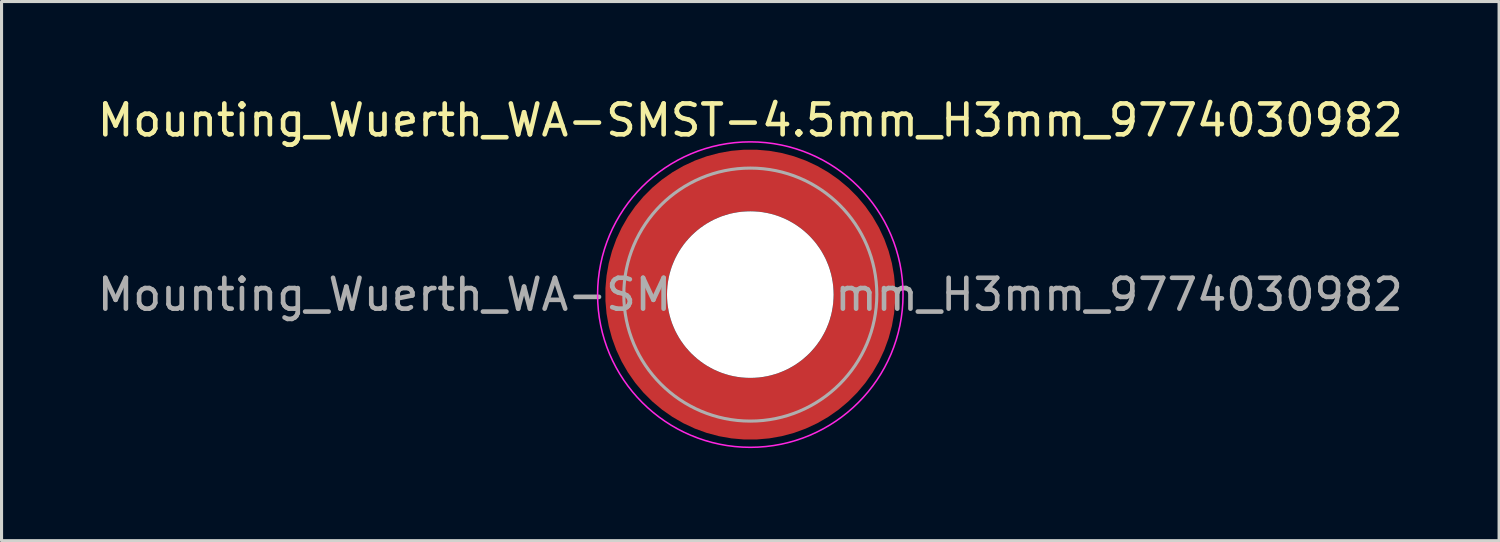
<source format=kicad_pcb>
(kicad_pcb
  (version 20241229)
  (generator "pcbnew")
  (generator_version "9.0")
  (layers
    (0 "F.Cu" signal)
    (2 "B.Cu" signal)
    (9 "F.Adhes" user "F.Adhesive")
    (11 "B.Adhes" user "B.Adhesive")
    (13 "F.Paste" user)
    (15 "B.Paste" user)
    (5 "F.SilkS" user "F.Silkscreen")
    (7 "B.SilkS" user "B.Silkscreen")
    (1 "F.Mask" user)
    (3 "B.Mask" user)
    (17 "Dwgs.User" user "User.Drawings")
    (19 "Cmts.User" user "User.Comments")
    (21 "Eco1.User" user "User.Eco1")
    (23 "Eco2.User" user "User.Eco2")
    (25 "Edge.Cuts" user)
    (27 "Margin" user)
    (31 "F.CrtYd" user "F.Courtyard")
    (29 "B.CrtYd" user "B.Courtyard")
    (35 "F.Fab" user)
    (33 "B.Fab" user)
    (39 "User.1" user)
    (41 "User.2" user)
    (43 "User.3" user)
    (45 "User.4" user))
  (footprint "Mounting_Wuerth_WA-SMST-4.5mm_H3mm_9774030982"
    (layer "F.Cu")
    (at 21.268 6.498)
    (property "Reference" "Mounting_Wuerth_WA-SMST-4.5mm_H3mm_9774030982" (at 0 -5.65 0) (layer "F.SilkS") (effects (font (size 1 1) (thickness 0.15))))
    (attr smd)
    (fp_circle (center 0 0) (end 4.95 0) (stroke (width 0.05) (type solid)) (fill no) (layer "F.CrtYd"))
    (fp_circle (center 0 0) (end 4.1 0) (stroke (width 0.1) (type solid)) (fill no) (layer "F.Fab"))
    (fp_text user "${REFERENCE}" (at 0 0 0) (layer "F.Fab") (effects (font (size 1 1) (thickness 0.15))))
    (pad "" smd custom (at -2.607 -2.607) (size 1.495 1.495) (layers "F.Paste") (options (anchor circle)) (primitives (gr_arc (start -0.188183 2.107456) (mid 0.599273 0.599273) (end 2.107456 -0.188183) (width 0.2)) (gr_arc (start -0.289416 2.107456) (mid 0.52877 0.52877) (end 2.107456 -0.289416) (width 0.2)) (gr_arc (start -0.390547 2.107456) (mid 0.458268 0.458268) (end 2.107456 -0.390547) (width 0.2)) (gr_arc (start -0.491585 2.107456) (mid 0.387765 0.387765) (end 2.107456 -0.491585) (width 0.2)) (gr_arc (start -0.59254 2.107456) (mid 0.317262 0.317262) (end 2.107456 -0.59254) (width 0.2)) (gr_arc (start -0.693419 2.107456) (mid 0.24676 0.24676) (end 2.107456 -0.693419) (width 0.2)) (gr_arc (start -0.794229 2.107456) (mid 0.176257 0.176257) (end 2.107456 -0.794229) (width 0.2)) (gr_arc (start -0.894975 2.107456) (mid 0.105754 0.105754) (end 2.107456 -0.894975) (width 0.2)) (gr_arc (start -0.995664 2.107456) (mid 0.035251 0.035251) (end 2.107456 -0.995664) (width 0.2)) (gr_arc (start -1.0963 2.107456) (mid -0.035252 -0.035252) (end 2.107456 -1.0963) (width 0.2)) (gr_arc (start -1.196886 2.107456) (mid -0.105754 -0.105754) (end 2.107456 -1.196886) (width 0.2)) (gr_arc (start -1.297427 2.107456) (mid -0.176257 -0.176257) (end 2.107456 -1.297427) (width 0.2)) (gr_arc (start -1.397927 2.107456) (mid -0.24676 -0.24676) (end 2.107456 -1.397927) (width 0.2)) (gr_arc (start -1.498388 2.107456) (mid -0.317262 -0.317262) (end 2.107456 -1.498388) (width 0.2)) (gr_arc (start -1.598813 2.107456) (mid -0.387765 -0.387765) (end 2.107456 -1.598813) (width 0.2)) (gr_arc (start -1.699204 2.107456) (mid -0.458267 -0.458267) (end 2.107456 -1.699204) (width 0.2)) (gr_arc (start -1.799565 2.107456) (mid -0.528771 -0.528771) (end 2.107456 -1.799565) (width 0.2)) (gr_arc (start -1.899896 2.107456) (mid -0.599273 -0.599273) (end 2.107456 -1.899896) (width 0.2)) (gr_arc (start -1.899896 2.107456) (mid -0.599273 -0.599273) (end 2.107456 -1.899896) (width 0.2)) (gr_line (start 2.107 -0.188) (end 2.107 -1.9) (width 0.2)) (gr_line (start -0.188 2.107) (end -1.9 2.107) (width 0.2))))
    (pad "" smd custom (at -2.607 2.607) (size 1.495 1.495) (layers "F.Paste") (options (anchor circle)) (primitives (gr_arc (start 2.107456 0.188183) (mid 0.599273 -0.599273) (end -0.188183 -2.107456) (width 0.2)) (gr_arc (start 2.107456 0.289416) (mid 0.52877 -0.52877) (end -0.289416 -2.107456) (width 0.2)) (gr_arc (start 2.107456 0.390547) (mid 0.458268 -0.458268) (end -0.390547 -2.107456) (width 0.2)) (gr_arc (start 2.107456 0.491585) (mid 0.387765 -0.387765) (end -0.491585 -2.107456) (width 0.2)) (gr_arc (start 2.107456 0.59254) (mid 0.317262 -0.317262) (end -0.59254 -2.107456) (width 0.2)) (gr_arc (start 2.107456 0.693419) (mid 0.24676 -0.24676) (end -0.693419 -2.107456) (width 0.2)) (gr_arc (start 2.107456 0.794229) (mid 0.176257 -0.176257) (end -0.794229 -2.107456) (width 0.2)) (gr_arc (start 2.107456 0.894975) (mid 0.105754 -0.105754) (end -0.894975 -2.107456) (width 0.2)) (gr_arc (start 2.107456 0.995664) (mid 0.035251 -0.035251) (end -0.995664 -2.107456) (width 0.2)) (gr_arc (start 2.107456 1.0963) (mid -0.035252 0.035252) (end -1.0963 -2.107456) (width 0.2)) (gr_arc (start 2.107456 1.196886) (mid -0.105754 0.105754) (end -1.196886 -2.107456) (width 0.2)) (gr_arc (start 2.107456 1.297427) (mid -0.176257 0.176257) (end -1.297427 -2.107456) (width 0.2)) (gr_arc (start 2.107456 1.397927) (mid -0.24676 0.24676) (end -1.397927 -2.107456) (width 0.2)) (gr_arc (start 2.107456 1.498388) (mid -0.317262 0.317262) (end -1.498388 -2.107456) (width 0.2)) (gr_arc (start 2.107456 1.598813) (mid -0.387765 0.387765) (end -1.598813 -2.107456) (width 0.2)) (gr_arc (start 2.107456 1.699204) (mid -0.458267 0.458267) (end -1.699204 -2.107456) (width 0.2)) (gr_arc (start 2.107456 1.799565) (mid -0.528771 0.528771) (end -1.799565 -2.107456) (width 0.2)) (gr_arc (start 2.107456 1.899896) (mid -0.599273 0.599273) (end -1.899896 -2.107456) (width 0.2)) (gr_arc (start 2.107456 1.899896) (mid -0.599273 0.599273) (end -1.899896 -2.107456) (width 0.2)) (gr_line (start -0.188 -2.107) (end -1.9 -2.107) (width 0.2)) (gr_line (start 2.107 0.188) (end 2.107 1.9) (width 0.2))))
    (pad "" np_thru_hole circle (at 0 0) (size 5.4 5.4) (drill 5.4) (layers "*.Cu" "*.Mask"))
    (pad "" smd custom (at 2.607 -2.607) (size 1.495 1.495) (layers "F.Paste") (options (anchor circle)) (primitives (gr_arc (start -2.107456 -0.188183) (mid -0.599273 0.599273) (end 0.188183 2.107456) (width 0.2)) (gr_arc (start -2.107456 -0.289416) (mid -0.52877 0.52877) (end 0.289416 2.107456) (width 0.2)) (gr_arc (start -2.107456 -0.390547) (mid -0.458268 0.458268) (end 0.390547 2.107456) (width 0.2)) (gr_arc (start -2.107456 -0.491585) (mid -0.387765 0.387765) (end 0.491585 2.107456) (width 0.2)) (gr_arc (start -2.107456 -0.59254) (mid -0.317262 0.317262) (end 0.59254 2.107456) (width 0.2)) (gr_arc (start -2.107456 -0.693419) (mid -0.24676 0.24676) (end 0.693419 2.107456) (width 0.2)) (gr_arc (start -2.107456 -0.794229) (mid -0.176257 0.176257) (end 0.794229 2.107456) (width 0.2)) (gr_arc (start -2.107456 -0.894975) (mid -0.105754 0.105754) (end 0.894975 2.107456) (width 0.2)) (gr_arc (start -2.107456 -0.995664) (mid -0.035251 0.035251) (end 0.995664 2.107456) (width 0.2)) (gr_arc (start -2.107456 -1.0963) (mid 0.035252 -0.035252) (end 1.0963 2.107456) (width 0.2)) (gr_arc (start -2.107456 -1.196886) (mid 0.105754 -0.105754) (end 1.196886 2.107456) (width 0.2)) (gr_arc (start -2.107456 -1.297427) (mid 0.176257 -0.176257) (end 1.297427 2.107456) (width 0.2)) (gr_arc (start -2.107456 -1.397927) (mid 0.24676 -0.24676) (end 1.397927 2.107456) (width 0.2)) (gr_arc (start -2.107456 -1.498388) (mid 0.317262 -0.317262) (end 1.498388 2.107456) (width 0.2)) (gr_arc (start -2.107456 -1.598813) (mid 0.387765 -0.387765) (end 1.598813 2.107456) (width 0.2)) (gr_arc (start -2.107456 -1.699204) (mid 0.458267 -0.458267) (end 1.699204 2.107456) (width 0.2)) (gr_arc (start -2.107456 -1.799565) (mid 0.528771 -0.528771) (end 1.799565 2.107456) (width 0.2)) (gr_arc (start -2.107456 -1.899896) (mid 0.599273 -0.599273) (end 1.899896 2.107456) (width 0.2)) (gr_arc (start -2.107456 -1.899896) (mid 0.599273 -0.599273) (end 1.899896 2.107456) (width 0.2)) (gr_line (start 0.188 2.107) (end 1.9 2.107) (width 0.2)) (gr_line (start -2.107 -0.188) (end -2.107 -1.9) (width 0.2))))
    (pad "" smd custom (at 2.607 2.607) (size 1.495 1.495) (layers "F.Paste") (options (anchor circle)) (primitives (gr_arc (start 0.188183 -2.107456) (mid -0.599273 -0.599273) (end -2.107456 0.188183) (width 0.2)) (gr_arc (start 0.289416 -2.107456) (mid -0.52877 -0.52877) (end -2.107456 0.289416) (width 0.2)) (gr_arc (start 0.390547 -2.107456) (mid -0.458268 -0.458268) (end -2.107456 0.390547) (width 0.2)) (gr_arc (start 0.491585 -2.107456) (mid -0.387765 -0.387765) (end -2.107456 0.491585) (width 0.2)) (gr_arc (start 0.59254 -2.107456) (mid -0.317262 -0.317262) (end -2.107456 0.59254) (width 0.2)) (gr_arc (start 0.693419 -2.107456) (mid -0.24676 -0.24676) (end -2.107456 0.693419) (width 0.2)) (gr_arc (start 0.794229 -2.107456) (mid -0.176257 -0.176257) (end -2.107456 0.794229) (width 0.2)) (gr_arc (start 0.894975 -2.107456) (mid -0.105754 -0.105754) (end -2.107456 0.894975) (width 0.2)) (gr_arc (start 0.995664 -2.107456) (mid -0.035251 -0.035251) (end -2.107456 0.995664) (width 0.2)) (gr_arc (start 1.0963 -2.107456) (mid 0.035252 0.035252) (end -2.107456 1.0963) (width 0.2)) (gr_arc (start 1.196886 -2.107456) (mid 0.105754 0.105754) (end -2.107456 1.196886) (width 0.2)) (gr_arc (start 1.297427 -2.107456) (mid 0.176257 0.176257) (end -2.107456 1.297427) (width 0.2)) (gr_arc (start 1.397927 -2.107456) (mid 0.24676 0.24676) (end -2.107456 1.397927) (width 0.2)) (gr_arc (start 1.498388 -2.107456) (mid 0.317262 0.317262) (end -2.107456 1.498388) (width 0.2)) (gr_arc (start 1.598813 -2.107456) (mid 0.387765 0.387765) (end -2.107456 1.598813) (width 0.2)) (gr_arc (start 1.699204 -2.107456) (mid 0.458267 0.458267) (end -2.107456 1.699204) (width 0.2)) (gr_arc (start 1.799565 -2.107456) (mid 0.528771 0.528771) (end -2.107456 1.799565) (width 0.2)) (gr_arc (start 1.899896 -2.107456) (mid 0.599273 0.599273) (end -2.107456 1.899896) (width 0.2)) (gr_arc (start 1.899896 -2.107456) (mid 0.599273 0.599273) (end -2.107456 1.899896) (width 0.2)) (gr_line (start -2.107 0.188) (end -2.107 1.9) (width 0.2)) (gr_line (start 0.188 -2.107) (end 1.9 -2.107) (width 0.2))))
    (pad "1" smd circle (at -3.7 0) (size 1.6 1.6) (layers "F.Cu"))
    (pad "1" smd circle (at 0 -3.7) (size 1.6 1.6) (layers "F.Cu"))
    (pad "1" smd circle (at 0 3.7) (size 1.6 1.6) (layers "F.Cu"))
    (pad "1" smd custom (at 3.7 0) (size 1.6 1.6) (layers "F.Cu" "F.Mask") (options (anchor circle)) (primitives (gr_circle (center -3.7 0) (end 0 0) (width 2) (fill no)))))
  (gr_rect
    (start -3 -3)
    (end 45.536 14.473)
    (stroke (width 0.1) (type default))
    (fill no)
    (layer "Edge.Cuts")))
</source>
